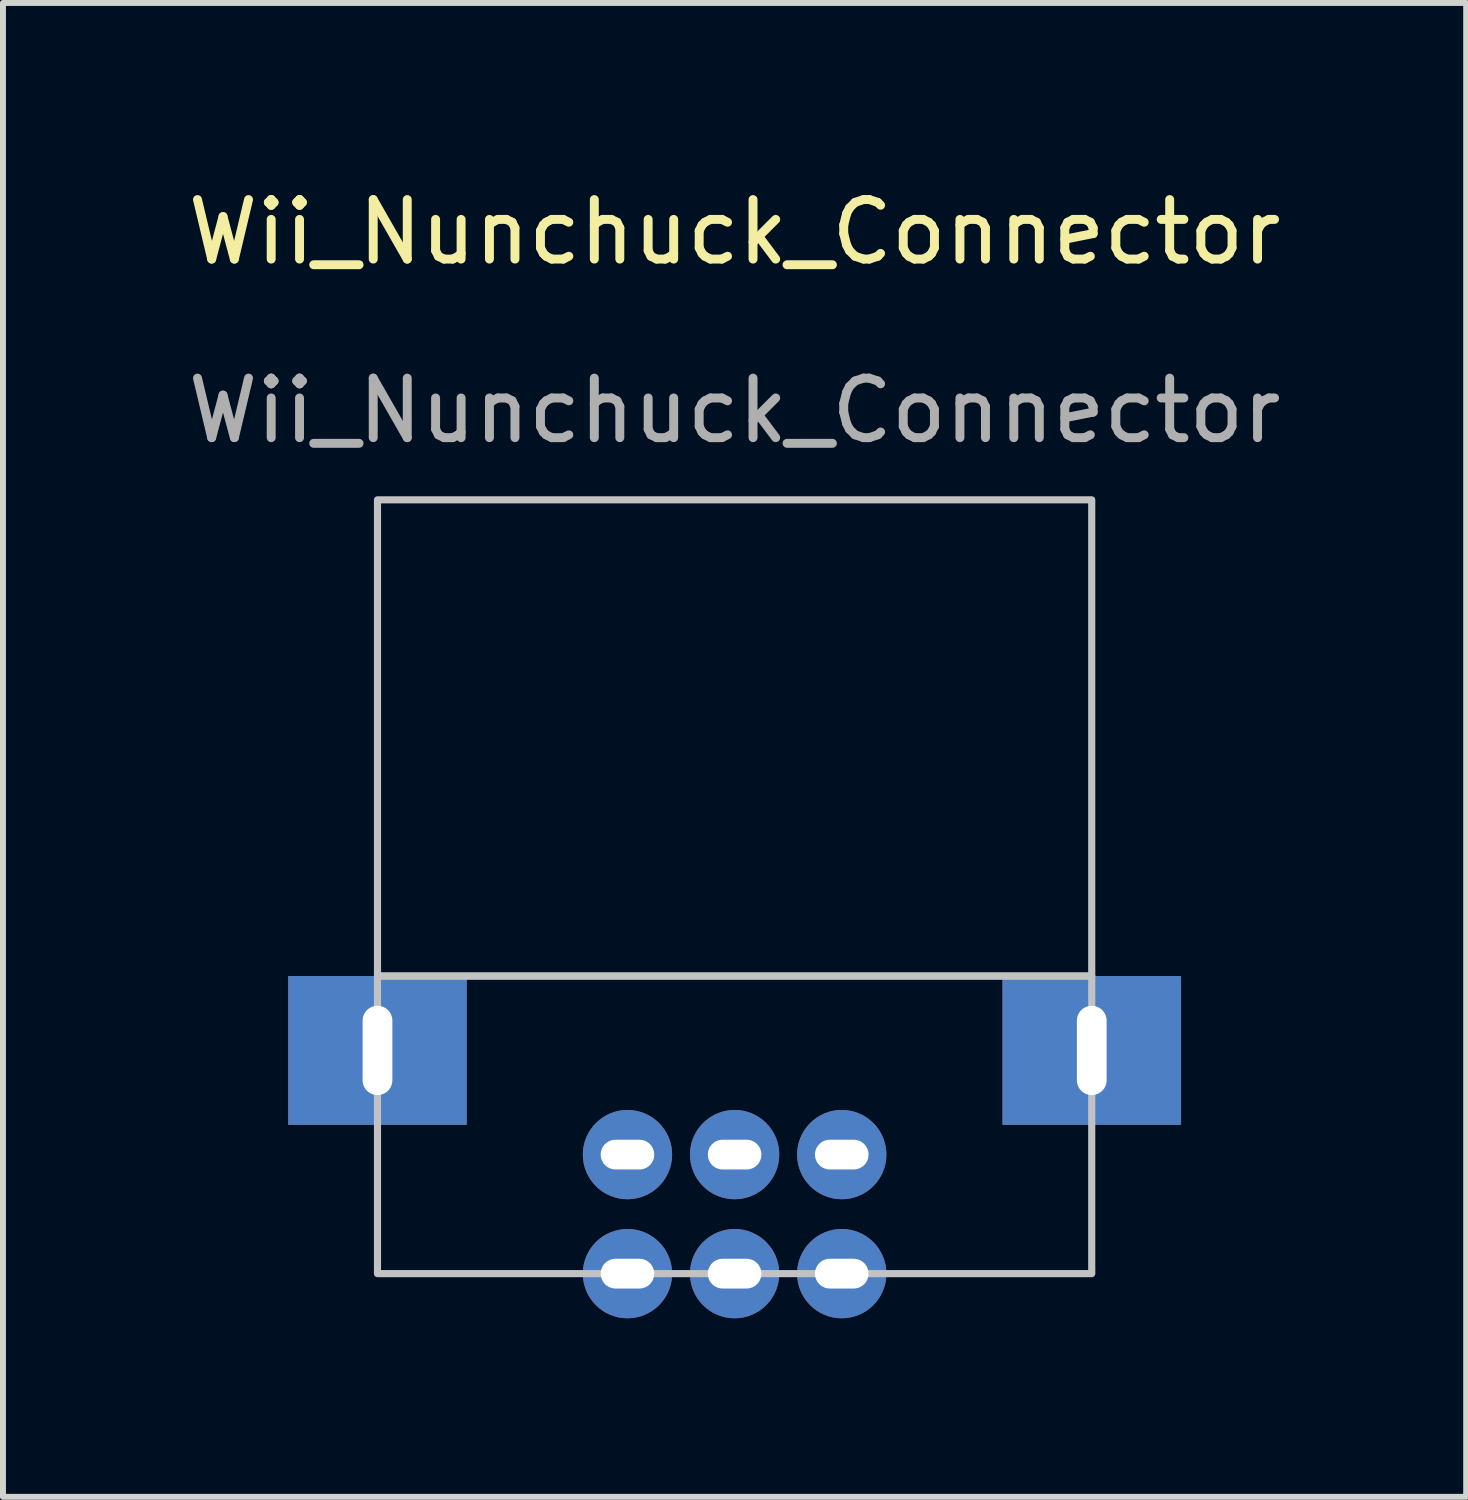
<source format=kicad_pcb>
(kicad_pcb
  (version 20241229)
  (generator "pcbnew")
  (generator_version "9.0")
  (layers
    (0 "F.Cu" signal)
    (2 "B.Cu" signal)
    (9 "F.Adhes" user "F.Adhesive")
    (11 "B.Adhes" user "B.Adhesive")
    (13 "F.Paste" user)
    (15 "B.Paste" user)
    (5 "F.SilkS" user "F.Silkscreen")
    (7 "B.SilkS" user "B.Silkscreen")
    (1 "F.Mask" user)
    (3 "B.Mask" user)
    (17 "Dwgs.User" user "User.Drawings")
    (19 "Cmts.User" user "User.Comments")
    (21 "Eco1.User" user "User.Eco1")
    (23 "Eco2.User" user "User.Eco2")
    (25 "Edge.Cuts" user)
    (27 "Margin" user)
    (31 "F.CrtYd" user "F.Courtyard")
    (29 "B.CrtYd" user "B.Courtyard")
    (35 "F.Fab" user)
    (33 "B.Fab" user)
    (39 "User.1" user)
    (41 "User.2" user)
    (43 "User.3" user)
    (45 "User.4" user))
  (footprint "Wii_Nunchuck_Connector"
    (layer "F.Cu")
    (at 9.292 1.348)
    (property "Reference" "Wii_Nunchuck_Connector" (at 0 -0.5 0) (unlocked yes) (layer "F.SilkS") (effects (font (size 1 1) (thickness 0.15))))
    (attr through_hole)
    (fp_rect (start -6 4) (end 6 12) (stroke (width 0.12) (type default)) (fill no) (layer "Dwgs.User"))
    (fp_rect (start -6 12) (end 6 17) (stroke (width 0.12) (type default)) (fill no) (layer "Dwgs.User"))
    (fp_text user "${REFERENCE}" (at 0 2.5 0) (unlocked yes) (layer "F.Fab") (effects (font (size 1 1) (thickness 0.15))))
    (pad "" thru_hole custom (at -6 13.25) (size 3 2.5) (drill oval 0.5 1.5) (layers "*.Cu" "*.Mask") (options (anchor rect)) (primitives))
    (pad "" thru_hole custom (at 6 13.25) (size 3 2.5) (drill oval 0.5 1.5) (layers "*.Cu" "*.Mask") (options (anchor rect)) (primitives))
    (pad "1" thru_hole circle (at -1.8 17) (size 1.5 1.5) (drill oval 0.9 0.5) (layers "*.Cu" "*.Mask"))
    (pad "2" thru_hole circle (at 0 17) (size 1.5 1.5) (drill oval 0.9 0.5) (layers "*.Cu" "*.Mask"))
    (pad "3" thru_hole circle (at 1.8 17) (size 1.5 1.5) (drill oval 0.9 0.5) (layers "*.Cu" "*.Mask"))
    (pad "4" thru_hole circle (at -1.8 15) (size 1.5 1.5) (drill oval 0.9 0.5) (layers "*.Cu" "*.Mask"))
    (pad "5" thru_hole circle (at 0 15) (size 1.5 1.5) (drill oval 0.9 0.5) (layers "*.Cu" "*.Mask"))
    (pad "6" thru_hole circle (at 1.8 15) (size 1.5 1.5) (drill oval 0.9 0.5) (layers "*.Cu" "*.Mask")))
  (gr_rect
    (start -3 -3)
    (end 21.583 22.098)
    (stroke (width 0.1) (type default))
    (fill no)
    (layer "Edge.Cuts")))
</source>
